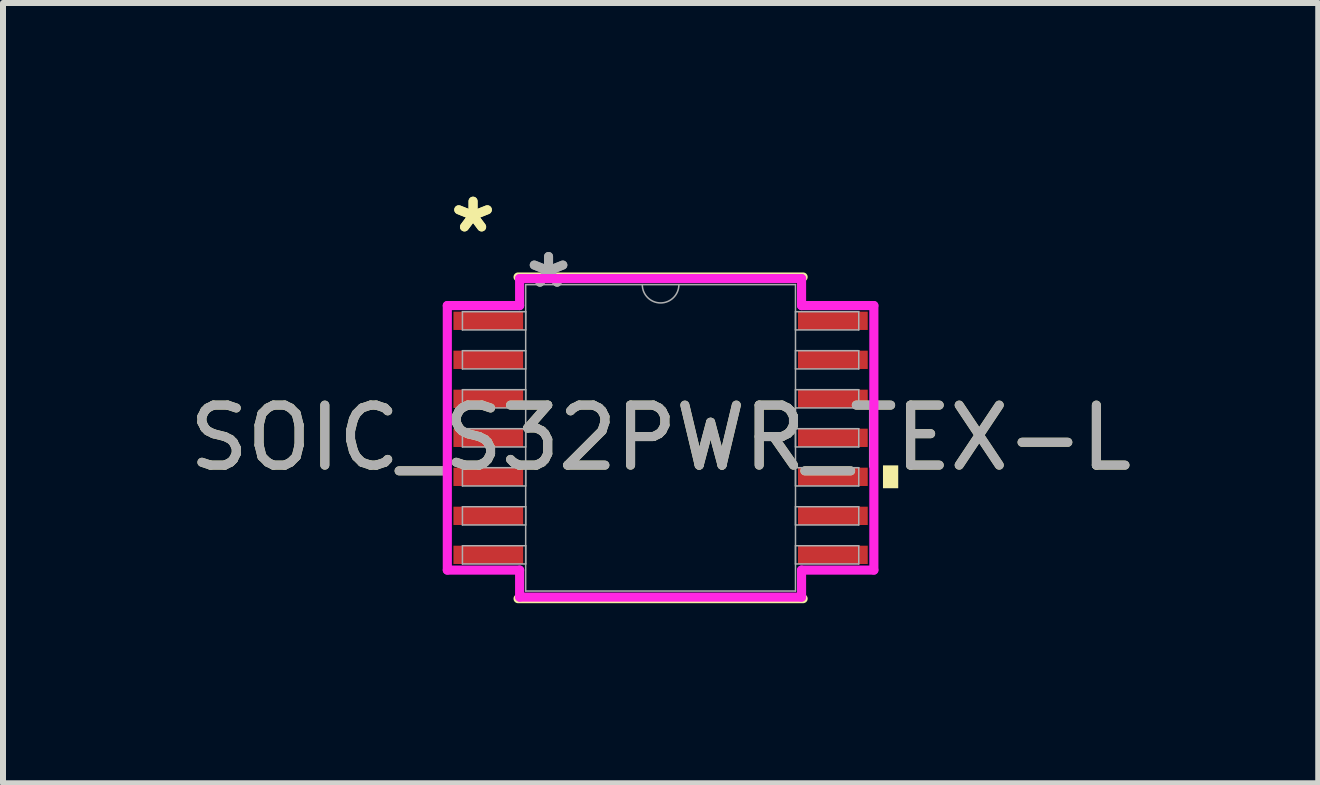
<source format=kicad_pcb>
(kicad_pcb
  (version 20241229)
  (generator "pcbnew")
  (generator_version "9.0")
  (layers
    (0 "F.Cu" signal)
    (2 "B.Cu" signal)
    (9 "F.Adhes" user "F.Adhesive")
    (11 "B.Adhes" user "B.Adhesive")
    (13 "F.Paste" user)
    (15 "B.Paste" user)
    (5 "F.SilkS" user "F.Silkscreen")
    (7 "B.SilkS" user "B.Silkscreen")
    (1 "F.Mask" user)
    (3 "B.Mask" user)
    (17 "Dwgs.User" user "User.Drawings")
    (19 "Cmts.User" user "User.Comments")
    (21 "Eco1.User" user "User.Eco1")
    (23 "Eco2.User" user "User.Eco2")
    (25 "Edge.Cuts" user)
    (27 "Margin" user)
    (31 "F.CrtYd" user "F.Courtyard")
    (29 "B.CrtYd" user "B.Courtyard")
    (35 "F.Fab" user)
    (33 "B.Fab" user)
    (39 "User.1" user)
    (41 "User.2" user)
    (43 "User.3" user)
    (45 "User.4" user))
  (footprint "SOIC_S32PWR_TEX-L"
    (layer "F.Cu")
    (at 7.958 4.246)
    (property "Reference" "SOIC_S32PWR_TEX-L" (at 0 0 0) (unlocked yes) (layer "F.SilkS") (effects (font (size 1 1) (thickness 0.15))))
    (attr smd)
    (fp_line (start -2.375 2.68) (end 2.375 2.68) (stroke (width 0.152) (type solid)) (layer "F.SilkS"))
    (fp_line (start 2.375 -2.68) (end -2.375 -2.68) (stroke (width 0.152) (type solid)) (layer "F.SilkS"))
    (fp_poly (pts (xy 3.96 0.459) (xy 3.96 0.84) (xy 3.706 0.84) (xy 3.706 0.459)) (stroke (width 0) (type solid)) (fill yes) (layer "F.SilkS"))
    (fp_line (start -3.554 -2.204) (end -2.349 -2.204) (stroke (width 0.152) (type solid)) (layer "F.CrtYd"))
    (fp_line (start -3.554 2.204) (end -3.554 -2.204) (stroke (width 0.152) (type solid)) (layer "F.CrtYd"))
    (fp_line (start -3.554 2.204) (end -2.349 2.204) (stroke (width 0.152) (type solid)) (layer "F.CrtYd"))
    (fp_line (start -2.349 -2.654) (end 2.349 -2.654) (stroke (width 0.152) (type solid)) (layer "F.CrtYd"))
    (fp_line (start -2.349 -2.204) (end -2.349 -2.654) (stroke (width 0.152) (type solid)) (layer "F.CrtYd"))
    (fp_line (start -2.349 2.654) (end -2.349 2.204) (stroke (width 0.152) (type solid)) (layer "F.CrtYd"))
    (fp_line (start 2.349 -2.654) (end 2.349 -2.204) (stroke (width 0.152) (type solid)) (layer "F.CrtYd"))
    (fp_line (start 2.349 2.204) (end 2.349 2.654) (stroke (width 0.152) (type solid)) (layer "F.CrtYd"))
    (fp_line (start 2.349 2.654) (end -2.349 2.654) (stroke (width 0.152) (type solid)) (layer "F.CrtYd"))
    (fp_line (start 3.554 -2.204) (end 2.349 -2.204) (stroke (width 0.152) (type solid)) (layer "F.CrtYd"))
    (fp_line (start 3.554 -2.204) (end 3.554 2.204) (stroke (width 0.152) (type solid)) (layer "F.CrtYd"))
    (fp_line (start 3.554 2.204) (end 2.349 2.204) (stroke (width 0.152) (type solid)) (layer "F.CrtYd"))
    (fp_line (start -3.302 -2.102) (end -3.302 -1.798) (stroke (width 0.025) (type solid)) (layer "F.Fab"))
    (fp_line (start -3.302 -1.798) (end -2.248 -1.798) (stroke (width 0.025) (type solid)) (layer "F.Fab"))
    (fp_line (start -3.302 -1.452) (end -3.302 -1.148) (stroke (width 0.025) (type solid)) (layer "F.Fab"))
    (fp_line (start -3.302 -1.148) (end -2.248 -1.148) (stroke (width 0.025) (type solid)) (layer "F.Fab"))
    (fp_line (start -3.302 -0.802) (end -3.302 -0.498) (stroke (width 0.025) (type solid)) (layer "F.Fab"))
    (fp_line (start -3.302 -0.498) (end -2.248 -0.498) (stroke (width 0.025) (type solid)) (layer "F.Fab"))
    (fp_line (start -3.302 -0.152) (end -3.302 0.152) (stroke (width 0.025) (type solid)) (layer "F.Fab"))
    (fp_line (start -3.302 0.152) (end -2.248 0.152) (stroke (width 0.025) (type solid)) (layer "F.Fab"))
    (fp_line (start -3.302 0.498) (end -3.302 0.802) (stroke (width 0.025) (type solid)) (layer "F.Fab"))
    (fp_line (start -3.302 0.802) (end -2.248 0.802) (stroke (width 0.025) (type solid)) (layer "F.Fab"))
    (fp_line (start -3.302 1.148) (end -3.302 1.452) (stroke (width 0.025) (type solid)) (layer "F.Fab"))
    (fp_line (start -3.302 1.452) (end -2.248 1.452) (stroke (width 0.025) (type solid)) (layer "F.Fab"))
    (fp_line (start -3.302 1.798) (end -3.302 2.102) (stroke (width 0.025) (type solid)) (layer "F.Fab"))
    (fp_line (start -3.302 2.102) (end -2.248 2.102) (stroke (width 0.025) (type solid)) (layer "F.Fab"))
    (fp_line (start -2.248 -2.553) (end -2.248 2.553) (stroke (width 0.025) (type solid)) (layer "F.Fab"))
    (fp_line (start -2.248 -2.102) (end -3.302 -2.102) (stroke (width 0.025) (type solid)) (layer "F.Fab"))
    (fp_line (start -2.248 -1.798) (end -2.248 -2.102) (stroke (width 0.025) (type solid)) (layer "F.Fab"))
    (fp_line (start -2.248 -1.452) (end -3.302 -1.452) (stroke (width 0.025) (type solid)) (layer "F.Fab"))
    (fp_line (start -2.248 -1.148) (end -2.248 -1.452) (stroke (width 0.025) (type solid)) (layer "F.Fab"))
    (fp_line (start -2.248 -0.802) (end -3.302 -0.802) (stroke (width 0.025) (type solid)) (layer "F.Fab"))
    (fp_line (start -2.248 -0.498) (end -2.248 -0.802) (stroke (width 0.025) (type solid)) (layer "F.Fab"))
    (fp_line (start -2.248 -0.152) (end -3.302 -0.152) (stroke (width 0.025) (type solid)) (layer "F.Fab"))
    (fp_line (start -2.248 0.152) (end -2.248 -0.152) (stroke (width 0.025) (type solid)) (layer "F.Fab"))
    (fp_line (start -2.248 0.498) (end -3.302 0.498) (stroke (width 0.025) (type solid)) (layer "F.Fab"))
    (fp_line (start -2.248 0.802) (end -2.248 0.498) (stroke (width 0.025) (type solid)) (layer "F.Fab"))
    (fp_line (start -2.248 1.148) (end -3.302 1.148) (stroke (width 0.025) (type solid)) (layer "F.Fab"))
    (fp_line (start -2.248 1.452) (end -2.248 1.148) (stroke (width 0.025) (type solid)) (layer "F.Fab"))
    (fp_line (start -2.248 1.798) (end -3.302 1.798) (stroke (width 0.025) (type solid)) (layer "F.Fab"))
    (fp_line (start -2.248 2.102) (end -2.248 1.798) (stroke (width 0.025) (type solid)) (layer "F.Fab"))
    (fp_line (start -2.248 2.553) (end 2.248 2.553) (stroke (width 0.025) (type solid)) (layer "F.Fab"))
    (fp_line (start 2.248 -2.553) (end -2.248 -2.553) (stroke (width 0.025) (type solid)) (layer "F.Fab"))
    (fp_line (start 2.248 -2.102) (end 2.248 -1.798) (stroke (width 0.025) (type solid)) (layer "F.Fab"))
    (fp_line (start 2.248 -1.798) (end 3.302 -1.798) (stroke (width 0.025) (type solid)) (layer "F.Fab"))
    (fp_line (start 2.248 -1.452) (end 2.248 -1.148) (stroke (width 0.025) (type solid)) (layer "F.Fab"))
    (fp_line (start 2.248 -1.148) (end 3.302 -1.148) (stroke (width 0.025) (type solid)) (layer "F.Fab"))
    (fp_line (start 2.248 -0.802) (end 2.248 -0.498) (stroke (width 0.025) (type solid)) (layer "F.Fab"))
    (fp_line (start 2.248 -0.498) (end 3.302 -0.498) (stroke (width 0.025) (type solid)) (layer "F.Fab"))
    (fp_line (start 2.248 -0.152) (end 2.248 0.152) (stroke (width 0.025) (type solid)) (layer "F.Fab"))
    (fp_line (start 2.248 0.152) (end 3.302 0.152) (stroke (width 0.025) (type solid)) (layer "F.Fab"))
    (fp_line (start 2.248 0.498) (end 2.248 0.802) (stroke (width 0.025) (type solid)) (layer "F.Fab"))
    (fp_line (start 2.248 0.802) (end 3.302 0.802) (stroke (width 0.025) (type solid)) (layer "F.Fab"))
    (fp_line (start 2.248 1.148) (end 2.248 1.452) (stroke (width 0.025) (type solid)) (layer "F.Fab"))
    (fp_line (start 2.248 1.452) (end 3.302 1.452) (stroke (width 0.025) (type solid)) (layer "F.Fab"))
    (fp_line (start 2.248 1.798) (end 2.248 2.102) (stroke (width 0.025) (type solid)) (layer "F.Fab"))
    (fp_line (start 2.248 2.102) (end 3.302 2.102) (stroke (width 0.025) (type solid)) (layer "F.Fab"))
    (fp_line (start 2.248 2.553) (end 2.248 -2.553) (stroke (width 0.025) (type solid)) (layer "F.Fab"))
    (fp_line (start 3.302 -2.102) (end 2.248 -2.102) (stroke (width 0.025) (type solid)) (layer "F.Fab"))
    (fp_line (start 3.302 -1.798) (end 3.302 -2.102) (stroke (width 0.025) (type solid)) (layer "F.Fab"))
    (fp_line (start 3.302 -1.452) (end 2.248 -1.452) (stroke (width 0.025) (type solid)) (layer "F.Fab"))
    (fp_line (start 3.302 -1.148) (end 3.302 -1.452) (stroke (width 0.025) (type solid)) (layer "F.Fab"))
    (fp_line (start 3.302 -0.802) (end 2.248 -0.802) (stroke (width 0.025) (type solid)) (layer "F.Fab"))
    (fp_line (start 3.302 -0.498) (end 3.302 -0.802) (stroke (width 0.025) (type solid)) (layer "F.Fab"))
    (fp_line (start 3.302 -0.152) (end 2.248 -0.152) (stroke (width 0.025) (type solid)) (layer "F.Fab"))
    (fp_line (start 3.302 0.152) (end 3.302 -0.152) (stroke (width 0.025) (type solid)) (layer "F.Fab"))
    (fp_line (start 3.302 0.498) (end 2.248 0.498) (stroke (width 0.025) (type solid)) (layer "F.Fab"))
    (fp_line (start 3.302 0.802) (end 3.302 0.498) (stroke (width 0.025) (type solid)) (layer "F.Fab"))
    (fp_line (start 3.302 1.148) (end 2.248 1.148) (stroke (width 0.025) (type solid)) (layer "F.Fab"))
    (fp_line (start 3.302 1.452) (end 3.302 1.148) (stroke (width 0.025) (type solid)) (layer "F.Fab"))
    (fp_line (start 3.302 1.798) (end 2.248 1.798) (stroke (width 0.025) (type solid)) (layer "F.Fab"))
    (fp_line (start 3.302 2.102) (end 3.302 1.798) (stroke (width 0.025) (type solid)) (layer "F.Fab"))
    (fp_arc (start 0.3048 -2.5527) (mid 0 -2.2479) (end -0.3048 -2.5527) (stroke (width 0.0254) (type solid)) (layer "F.Fab"))
    (fp_text user "*" (at -3.125 -3.398 0) (layer "F.SilkS") (effects (font (size 1 1) (thickness 0.15))))
    (fp_text user "*" (at -3.125 -3.398 0) (unlocked yes) (layer "F.SilkS") (effects (font (size 1 1) (thickness 0.15))))
    (fp_text user "*" (at -1.867 -2.477 0) (layer "F.Fab") (effects (font (size 1 1) (thickness 0.15))))
    (fp_text user "${REFERENCE}" (at 0 0 0) (unlocked yes) (layer "F.Fab") (effects (font (size 1 1) (thickness 0.15))))
    (fp_text user "*" (at -1.867 -2.477 0) (unlocked yes) (layer "F.Fab") (effects (font (size 1 1) (thickness 0.15))))
    (pad "1" smd rect (at -2.871 -1.95) (size 1.162 0.305) (layers "F.Cu" "F.Mask" "F.Paste"))
    (pad "2" smd rect (at -2.871 -1.3) (size 1.162 0.305) (layers "F.Cu" "F.Mask" "F.Paste"))
    (pad "3" smd rect (at -2.871 -0.65) (size 1.162 0.305) (layers "F.Cu" "F.Mask" "F.Paste"))
    (pad "4" smd rect (at -2.871 0) (size 1.162 0.305) (layers "F.Cu" "F.Mask" "F.Paste"))
    (pad "5" smd rect (at -2.871 0.65) (size 1.162 0.305) (layers "F.Cu" "F.Mask" "F.Paste"))
    (pad "6" smd rect (at -2.871 1.3) (size 1.162 0.305) (layers "F.Cu" "F.Mask" "F.Paste"))
    (pad "7" smd rect (at -2.871 1.95) (size 1.162 0.305) (layers "F.Cu" "F.Mask" "F.Paste"))
    (pad "8" smd rect (at 2.871 1.95) (size 1.162 0.305) (layers "F.Cu" "F.Mask" "F.Paste"))
    (pad "9" smd rect (at 2.871 1.3) (size 1.162 0.305) (layers "F.Cu" "F.Mask" "F.Paste"))
    (pad "10" smd rect (at 2.871 0.65) (size 1.162 0.305) (layers "F.Cu" "F.Mask" "F.Paste"))
    (pad "11" smd rect (at 2.871 0) (size 1.162 0.305) (layers "F.Cu" "F.Mask" "F.Paste"))
    (pad "12" smd rect (at 2.871 -0.65) (size 1.162 0.305) (layers "F.Cu" "F.Mask" "F.Paste"))
    (pad "13" smd rect (at 2.871 -1.3) (size 1.162 0.305) (layers "F.Cu" "F.Mask" "F.Paste"))
    (pad "14" smd rect (at 2.871 -1.95) (size 1.162 0.305) (layers "F.Cu" "F.Mask" "F.Paste")))
  (gr_rect
    (start -3 -3)
    (end 18.917 10.002)
    (stroke (width 0.1) (type default))
    (fill no)
    (layer "Edge.Cuts")))
</source>
